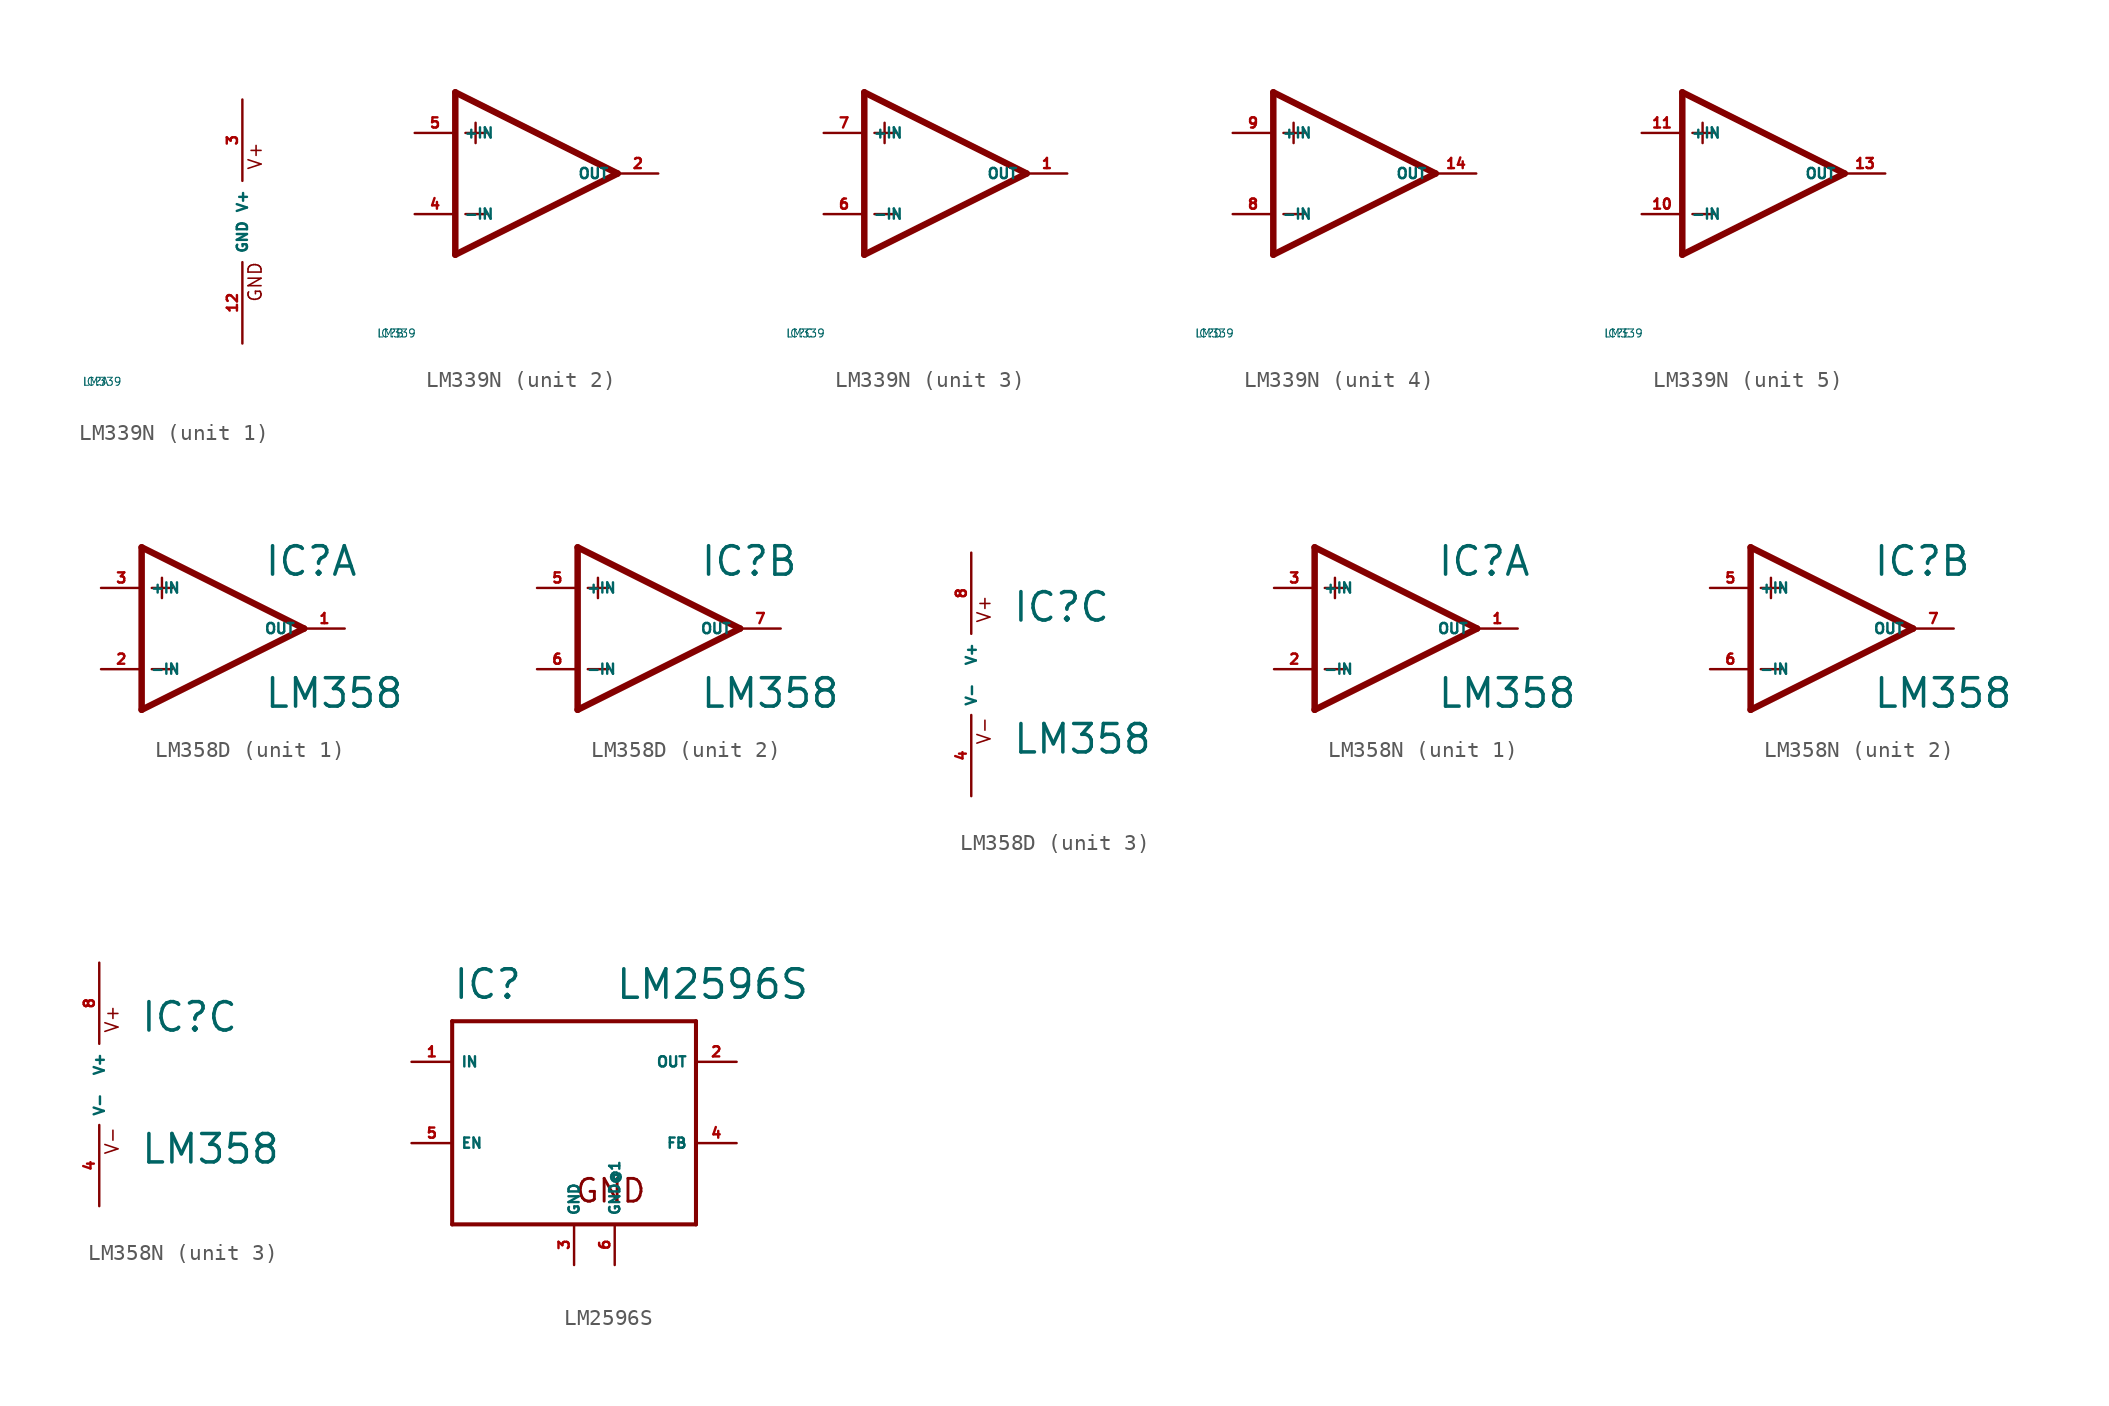
<source format=kicad_sym>
(kicad_symbol_lib
  (version 20220914)
  (generator Eagle2Kicad)
  (symbol "LM339N"
    (property "Reference" "IC"
      (at -10 -10 0)
      (effects (font (size 0.5 0.5) (thickness 0.06)) (justify left)))
    (property "Value" "LM339"
      (at -10 -10 0)
      (effects (font (size 0.5 0.5) (thickness 0.06)) (justify left)))
    (symbol "LM339N_1_0"
      (text "V+" (at 1.27 3.175 900) (effects (font (size 0.813 0.813) (thickness 0.10)) (justify left bottom)))
      (text "GND" (at 1.27 -5.08 900) (effects (font (size 0.813 0.813) (thickness 0.10)) (justify left bottom)))
      (pin unspecified line (at 0 7.62 270) (length 5.08) (name "V+" (effects (font (size 0.635 0.635) (thickness 0.08)) (justify left bottom))) (number "3" (effects (font (size 0.635 0.635) (thickness 0.08)) (justify left bottom))))
      (pin unspecified line (at 0 -7.62 90) (length 5.08) (name "GND" (effects (font (size 0.635 0.635) (thickness 0.08)) (justify left bottom))) (number "12" (effects (font (size 0.635 0.635) (thickness 0.08)) (justify left bottom)))))
    (symbol "LM339N_2_0"
      (polyline (pts (xy -5.08 5.08) (xy -5.08 -5.08)) (stroke (width 0.406) (type default)) (fill (type none)))
      (polyline (pts (xy -5.08 -5.08) (xy 5.08 0)) (stroke (width 0.406) (type default)) (fill (type none)))
      (polyline (pts (xy 5.08 0) (xy -5.08 5.08)) (stroke (width 0.406) (type default)) (fill (type none)))
      (polyline (pts (xy -3.81 3.175) (xy -3.81 1.905)) (stroke (width 0.152) (type default)) (fill (type none)))
      (polyline (pts (xy -4.445 2.54) (xy -3.175 2.54)) (stroke (width 0.152) (type default)) (fill (type none)))
      (polyline (pts (xy -4.445 -2.54) (xy -3.175 -2.54)) (stroke (width 0.152) (type default)) (fill (type none)))
      (pin input line (at -7.62 -2.54 0) (length 2.54) (name "-IN" (effects (font (size 0.635 0.635) (thickness 0.08)) (justify left bottom))) (number "4" (effects (font (size 0.635 0.635) (thickness 0.08)) (justify left bottom))))
      (pin input line (at -7.62 2.54 0) (length 2.54) (name "+IN" (effects (font (size 0.635 0.635) (thickness 0.08)) (justify left bottom))) (number "5" (effects (font (size 0.635 0.635) (thickness 0.08)) (justify left bottom))))
      (pin open_collector line (at 7.62 0 180) (length 2.54) (name "OUT" (effects (font (size 0.635 0.635) (thickness 0.08)) (justify left bottom))) (number "2" (effects (font (size 0.635 0.635) (thickness 0.08)) (justify left bottom)))))
    (symbol "LM339N_3_0"
      (polyline (pts (xy -5.08 5.08) (xy -5.08 -5.08)) (stroke (width 0.406) (type default)) (fill (type none)))
      (polyline (pts (xy -5.08 -5.08) (xy 5.08 0)) (stroke (width 0.406) (type default)) (fill (type none)))
      (polyline (pts (xy 5.08 0) (xy -5.08 5.08)) (stroke (width 0.406) (type default)) (fill (type none)))
      (polyline (pts (xy -3.81 3.175) (xy -3.81 1.905)) (stroke (width 0.152) (type default)) (fill (type none)))
      (polyline (pts (xy -4.445 2.54) (xy -3.175 2.54)) (stroke (width 0.152) (type default)) (fill (type none)))
      (polyline (pts (xy -4.445 -2.54) (xy -3.175 -2.54)) (stroke (width 0.152) (type default)) (fill (type none)))
      (pin input line (at -7.62 -2.54 0) (length 2.54) (name "-IN" (effects (font (size 0.635 0.635) (thickness 0.08)) (justify left bottom))) (number "6" (effects (font (size 0.635 0.635) (thickness 0.08)) (justify left bottom))))
      (pin input line (at -7.62 2.54 0) (length 2.54) (name "+IN" (effects (font (size 0.635 0.635) (thickness 0.08)) (justify left bottom))) (number "7" (effects (font (size 0.635 0.635) (thickness 0.08)) (justify left bottom))))
      (pin open_collector line (at 7.62 0 180) (length 2.54) (name "OUT" (effects (font (size 0.635 0.635) (thickness 0.08)) (justify left bottom))) (number "1" (effects (font (size 0.635 0.635) (thickness 0.08)) (justify left bottom)))))
    (symbol "LM339N_4_0"
      (polyline (pts (xy -5.08 5.08) (xy -5.08 -5.08)) (stroke (width 0.406) (type default)) (fill (type none)))
      (polyline (pts (xy -5.08 -5.08) (xy 5.08 0)) (stroke (width 0.406) (type default)) (fill (type none)))
      (polyline (pts (xy 5.08 0) (xy -5.08 5.08)) (stroke (width 0.406) (type default)) (fill (type none)))
      (polyline (pts (xy -3.81 3.175) (xy -3.81 1.905)) (stroke (width 0.152) (type default)) (fill (type none)))
      (polyline (pts (xy -4.445 2.54) (xy -3.175 2.54)) (stroke (width 0.152) (type default)) (fill (type none)))
      (polyline (pts (xy -4.445 -2.54) (xy -3.175 -2.54)) (stroke (width 0.152) (type default)) (fill (type none)))
      (pin input line (at -7.62 -2.54 0) (length 2.54) (name "-IN" (effects (font (size 0.635 0.635) (thickness 0.08)) (justify left bottom))) (number "8" (effects (font (size 0.635 0.635) (thickness 0.08)) (justify left bottom))))
      (pin input line (at -7.62 2.54 0) (length 2.54) (name "+IN" (effects (font (size 0.635 0.635) (thickness 0.08)) (justify left bottom))) (number "9" (effects (font (size 0.635 0.635) (thickness 0.08)) (justify left bottom))))
      (pin open_collector line (at 7.62 0 180) (length 2.54) (name "OUT" (effects (font (size 0.635 0.635) (thickness 0.08)) (justify left bottom))) (number "14" (effects (font (size 0.635 0.635) (thickness 0.08)) (justify left bottom)))))
    (symbol "LM339N_5_0"
      (polyline (pts (xy -5.08 5.08) (xy -5.08 -5.08)) (stroke (width 0.406) (type default)) (fill (type none)))
      (polyline (pts (xy -5.08 -5.08) (xy 5.08 0)) (stroke (width 0.406) (type default)) (fill (type none)))
      (polyline (pts (xy 5.08 0) (xy -5.08 5.08)) (stroke (width 0.406) (type default)) (fill (type none)))
      (polyline (pts (xy -3.81 3.175) (xy -3.81 1.905)) (stroke (width 0.152) (type default)) (fill (type none)))
      (polyline (pts (xy -4.445 2.54) (xy -3.175 2.54)) (stroke (width 0.152) (type default)) (fill (type none)))
      (polyline (pts (xy -4.445 -2.54) (xy -3.175 -2.54)) (stroke (width 0.152) (type default)) (fill (type none)))
      (pin input line (at -7.62 -2.54 0) (length 2.54) (name "-IN" (effects (font (size 0.635 0.635) (thickness 0.08)) (justify left bottom))) (number "10" (effects (font (size 0.635 0.635) (thickness 0.08)) (justify left bottom))))
      (pin input line (at -7.62 2.54 0) (length 2.54) (name "+IN" (effects (font (size 0.635 0.635) (thickness 0.08)) (justify left bottom))) (number "11" (effects (font (size 0.635 0.635) (thickness 0.08)) (justify left bottom))))
      (pin open_collector line (at 7.62 0 180) (length 2.54) (name "OUT" (effects (font (size 0.635 0.635) (thickness 0.08)) (justify left bottom))) (number "13" (effects (font (size 0.635 0.635) (thickness 0.08)) (justify left bottom))))))
  (symbol "LM358D"
    (property "Reference" "IC"
      (at 2.54 3.175 0)
      (effects (font (size 1.778 1.778) (thickness 0.22)) (justify left bottom)))
    (property "Value" "LM358"
      (at 2.54 -5.08 0)
      (effects (font (size 1.778 1.778) (thickness 0.22)) (justify left bottom)))
    (symbol "LM358D_1_0"
      (polyline (pts (xy -5.08 5.08) (xy -5.08 -5.08)) (stroke (width 0.406) (type default)) (fill (type none)))
      (polyline (pts (xy -5.08 -5.08) (xy 5.08 0)) (stroke (width 0.406) (type default)) (fill (type none)))
      (polyline (pts (xy 5.08 0) (xy -5.08 5.08)) (stroke (width 0.406) (type default)) (fill (type none)))
      (polyline (pts (xy -3.81 3.175) (xy -3.81 1.905)) (stroke (width 0.152) (type default)) (fill (type none)))
      (polyline (pts (xy -4.445 2.54) (xy -3.175 2.54)) (stroke (width 0.152) (type default)) (fill (type none)))
      (polyline (pts (xy -4.445 -2.54) (xy -3.175 -2.54)) (stroke (width 0.152) (type default)) (fill (type none)))
      (pin input line (at -7.62 -2.54 0) (length 2.54) (name "-IN" (effects (font (size 0.635 0.635) (thickness 0.08)) (justify left bottom))) (number "2" (effects (font (size 0.635 0.635) (thickness 0.08)) (justify left bottom))))
      (pin input line (at -7.62 2.54 0) (length 2.54) (name "+IN" (effects (font (size 0.635 0.635) (thickness 0.08)) (justify left bottom))) (number "3" (effects (font (size 0.635 0.635) (thickness 0.08)) (justify left bottom))))
      (pin output line (at 7.62 0 180) (length 2.54) (name "OUT" (effects (font (size 0.635 0.635) (thickness 0.08)) (justify left bottom))) (number "1" (effects (font (size 0.635 0.635) (thickness 0.08)) (justify left bottom)))))
    (symbol "LM358D_2_0"
      (polyline (pts (xy -5.08 5.08) (xy -5.08 -5.08)) (stroke (width 0.406) (type default)) (fill (type none)))
      (polyline (pts (xy -5.08 -5.08) (xy 5.08 0)) (stroke (width 0.406) (type default)) (fill (type none)))
      (polyline (pts (xy 5.08 0) (xy -5.08 5.08)) (stroke (width 0.406) (type default)) (fill (type none)))
      (polyline (pts (xy -3.81 3.175) (xy -3.81 1.905)) (stroke (width 0.152) (type default)) (fill (type none)))
      (polyline (pts (xy -4.445 2.54) (xy -3.175 2.54)) (stroke (width 0.152) (type default)) (fill (type none)))
      (polyline (pts (xy -4.445 -2.54) (xy -3.175 -2.54)) (stroke (width 0.152) (type default)) (fill (type none)))
      (pin input line (at -7.62 -2.54 0) (length 2.54) (name "-IN" (effects (font (size 0.635 0.635) (thickness 0.08)) (justify left bottom))) (number "6" (effects (font (size 0.635 0.635) (thickness 0.08)) (justify left bottom))))
      (pin input line (at -7.62 2.54 0) (length 2.54) (name "+IN" (effects (font (size 0.635 0.635) (thickness 0.08)) (justify left bottom))) (number "5" (effects (font (size 0.635 0.635) (thickness 0.08)) (justify left bottom))))
      (pin output line (at 7.62 0 180) (length 2.54) (name "OUT" (effects (font (size 0.635 0.635) (thickness 0.08)) (justify left bottom))) (number "7" (effects (font (size 0.635 0.635) (thickness 0.08)) (justify left bottom)))))
    (symbol "LM358D_3_0"
      (text "V+" (at 1.27 3.175 900) (effects (font (size 0.813 0.813) (thickness 0.10)) (justify left bottom)))
      (text "V-" (at 1.27 -4.445 900) (effects (font (size 0.813 0.813) (thickness 0.10)) (justify left bottom)))
      (pin unspecified line (at 0 7.62 270) (length 5.08) (name "V+" (effects (font (size 0.635 0.635) (thickness 0.08)) (justify left bottom))) (number "8" (effects (font (size 0.635 0.635) (thickness 0.08)) (justify left bottom))))
      (pin unspecified line (at 0 -7.62 90) (length 5.08) (name "V-" (effects (font (size 0.635 0.635) (thickness 0.08)) (justify left bottom))) (number "4" (effects (font (size 0.635 0.635) (thickness 0.08)) (justify left bottom))))))
  (symbol "LM358N"
    (property "Reference" "IC"
      (at 2.54 3.175 0)
      (effects (font (size 1.778 1.778) (thickness 0.22)) (justify left bottom)))
    (property "Value" "LM358"
      (at 2.54 -5.08 0)
      (effects (font (size 1.778 1.778) (thickness 0.22)) (justify left bottom)))
    (symbol "LM358N_1_0"
      (polyline (pts (xy -5.08 5.08) (xy -5.08 -5.08)) (stroke (width 0.406) (type default)) (fill (type none)))
      (polyline (pts (xy -5.08 -5.08) (xy 5.08 0)) (stroke (width 0.406) (type default)) (fill (type none)))
      (polyline (pts (xy 5.08 0) (xy -5.08 5.08)) (stroke (width 0.406) (type default)) (fill (type none)))
      (polyline (pts (xy -3.81 3.175) (xy -3.81 1.905)) (stroke (width 0.152) (type default)) (fill (type none)))
      (polyline (pts (xy -4.445 2.54) (xy -3.175 2.54)) (stroke (width 0.152) (type default)) (fill (type none)))
      (polyline (pts (xy -4.445 -2.54) (xy -3.175 -2.54)) (stroke (width 0.152) (type default)) (fill (type none)))
      (pin input line (at -7.62 -2.54 0) (length 2.54) (name "-IN" (effects (font (size 0.635 0.635) (thickness 0.08)) (justify left bottom))) (number "2" (effects (font (size 0.635 0.635) (thickness 0.08)) (justify left bottom))))
      (pin input line (at -7.62 2.54 0) (length 2.54) (name "+IN" (effects (font (size 0.635 0.635) (thickness 0.08)) (justify left bottom))) (number "3" (effects (font (size 0.635 0.635) (thickness 0.08)) (justify left bottom))))
      (pin output line (at 7.62 0 180) (length 2.54) (name "OUT" (effects (font (size 0.635 0.635) (thickness 0.08)) (justify left bottom))) (number "1" (effects (font (size 0.635 0.635) (thickness 0.08)) (justify left bottom)))))
    (symbol "LM358N_2_0"
      (polyline (pts (xy -5.08 5.08) (xy -5.08 -5.08)) (stroke (width 0.406) (type default)) (fill (type none)))
      (polyline (pts (xy -5.08 -5.08) (xy 5.08 0)) (stroke (width 0.406) (type default)) (fill (type none)))
      (polyline (pts (xy 5.08 0) (xy -5.08 5.08)) (stroke (width 0.406) (type default)) (fill (type none)))
      (polyline (pts (xy -3.81 3.175) (xy -3.81 1.905)) (stroke (width 0.152) (type default)) (fill (type none)))
      (polyline (pts (xy -4.445 2.54) (xy -3.175 2.54)) (stroke (width 0.152) (type default)) (fill (type none)))
      (polyline (pts (xy -4.445 -2.54) (xy -3.175 -2.54)) (stroke (width 0.152) (type default)) (fill (type none)))
      (pin input line (at -7.62 -2.54 0) (length 2.54) (name "-IN" (effects (font (size 0.635 0.635) (thickness 0.08)) (justify left bottom))) (number "6" (effects (font (size 0.635 0.635) (thickness 0.08)) (justify left bottom))))
      (pin input line (at -7.62 2.54 0) (length 2.54) (name "+IN" (effects (font (size 0.635 0.635) (thickness 0.08)) (justify left bottom))) (number "5" (effects (font (size 0.635 0.635) (thickness 0.08)) (justify left bottom))))
      (pin output line (at 7.62 0 180) (length 2.54) (name "OUT" (effects (font (size 0.635 0.635) (thickness 0.08)) (justify left bottom))) (number "7" (effects (font (size 0.635 0.635) (thickness 0.08)) (justify left bottom)))))
    (symbol "LM358N_3_0"
      (text "V+" (at 1.27 3.175 900) (effects (font (size 0.813 0.813) (thickness 0.10)) (justify left bottom)))
      (text "V-" (at 1.27 -4.445 900) (effects (font (size 0.813 0.813) (thickness 0.10)) (justify left bottom)))
      (pin unspecified line (at 0 7.62 270) (length 5.08) (name "V+" (effects (font (size 0.635 0.635) (thickness 0.08)) (justify left bottom))) (number "8" (effects (font (size 0.635 0.635) (thickness 0.08)) (justify left bottom))))
      (pin unspecified line (at 0 -7.62 90) (length 5.08) (name "V-" (effects (font (size 0.635 0.635) (thickness 0.08)) (justify left bottom))) (number "4" (effects (font (size 0.635 0.635) (thickness 0.08)) (justify left bottom))))))
  (symbol "LM2596S"
    (property "Reference" "IC"
      (at -7.62 6.35 0)
      (effects (font (size 1.778 1.778) (thickness 0.22)) (justify left bottom)))
    (property "Value" "LM2596S"
      (at 2.54 6.35 0)
      (effects (font (size 1.778 1.778) (thickness 0.22)) (justify left bottom)))
    (polyline
      (pts (xy -7.62 5.08) (xy 7.62 5.08))
      (stroke (width 0.254) (type default))
      (fill (type none)))
    (polyline
      (pts (xy 7.62 5.08) (xy 7.62 -7.62))
      (stroke (width 0.254) (type default))
      (fill (type none)))
    (polyline
      (pts (xy 7.62 -7.62) (xy -7.62 -7.62))
      (stroke (width 0.254) (type default))
      (fill (type none)))
    (polyline
      (pts (xy -7.62 -7.62) (xy -7.62 5.08))
      (stroke (width 0.254) (type default))
      (fill (type none)))
    (text "GND"
      (at 0 -6.35 0)
      (effects (font (size 1.422 1.422) (thickness 0.18)) (justify left bottom)))
    (pin input line
      (at -10.16 2.54 0)
      (length 2.54)
      (name "IN" (effects (font (size 0.635 0.635) (thickness 0.08)) (justify left bottom)))
      (number "1" (effects (font (size 0.635 0.635) (thickness 0.08)) (justify left bottom))))
    (pin output line
      (at 10.16 2.54 180)
      (length 2.54)
      (name "OUT" (effects (font (size 0.635 0.635) (thickness 0.08)) (justify left bottom)))
      (number "2" (effects (font (size 0.635 0.635) (thickness 0.08)) (justify left bottom))))
    (pin unspecified line
      (at 0 -10.16 90)
      (length 2.54)
      (name "GND" (effects (font (size 0.635 0.635) (thickness 0.08)) (justify left bottom)))
      (number "3" (effects (font (size 0.635 0.635) (thickness 0.08)) (justify left bottom))))
    (pin input line
      (at 10.16 -2.54 180)
      (length 2.54)
      (name "FB" (effects (font (size 0.635 0.635) (thickness 0.08)) (justify left bottom)))
      (number "4" (effects (font (size 0.635 0.635) (thickness 0.08)) (justify left bottom))))
    (pin input line
      (at -10.16 -2.54 0)
      (length 2.54)
      (name "EN" (effects (font (size 0.635 0.635) (thickness 0.08)) (justify left bottom)))
      (number "5" (effects (font (size 0.635 0.635) (thickness 0.08)) (justify left bottom))))
    (pin unspecified line
      (at 2.54 -10.16 90)
      (length 2.54)
      (name "GND@1" (effects (font (size 0.635 0.635) (thickness 0.08)) (justify left bottom)))
      (number "6" (effects (font (size 0.635 0.635) (thickness 0.08)) (justify left bottom))))))
</source>
